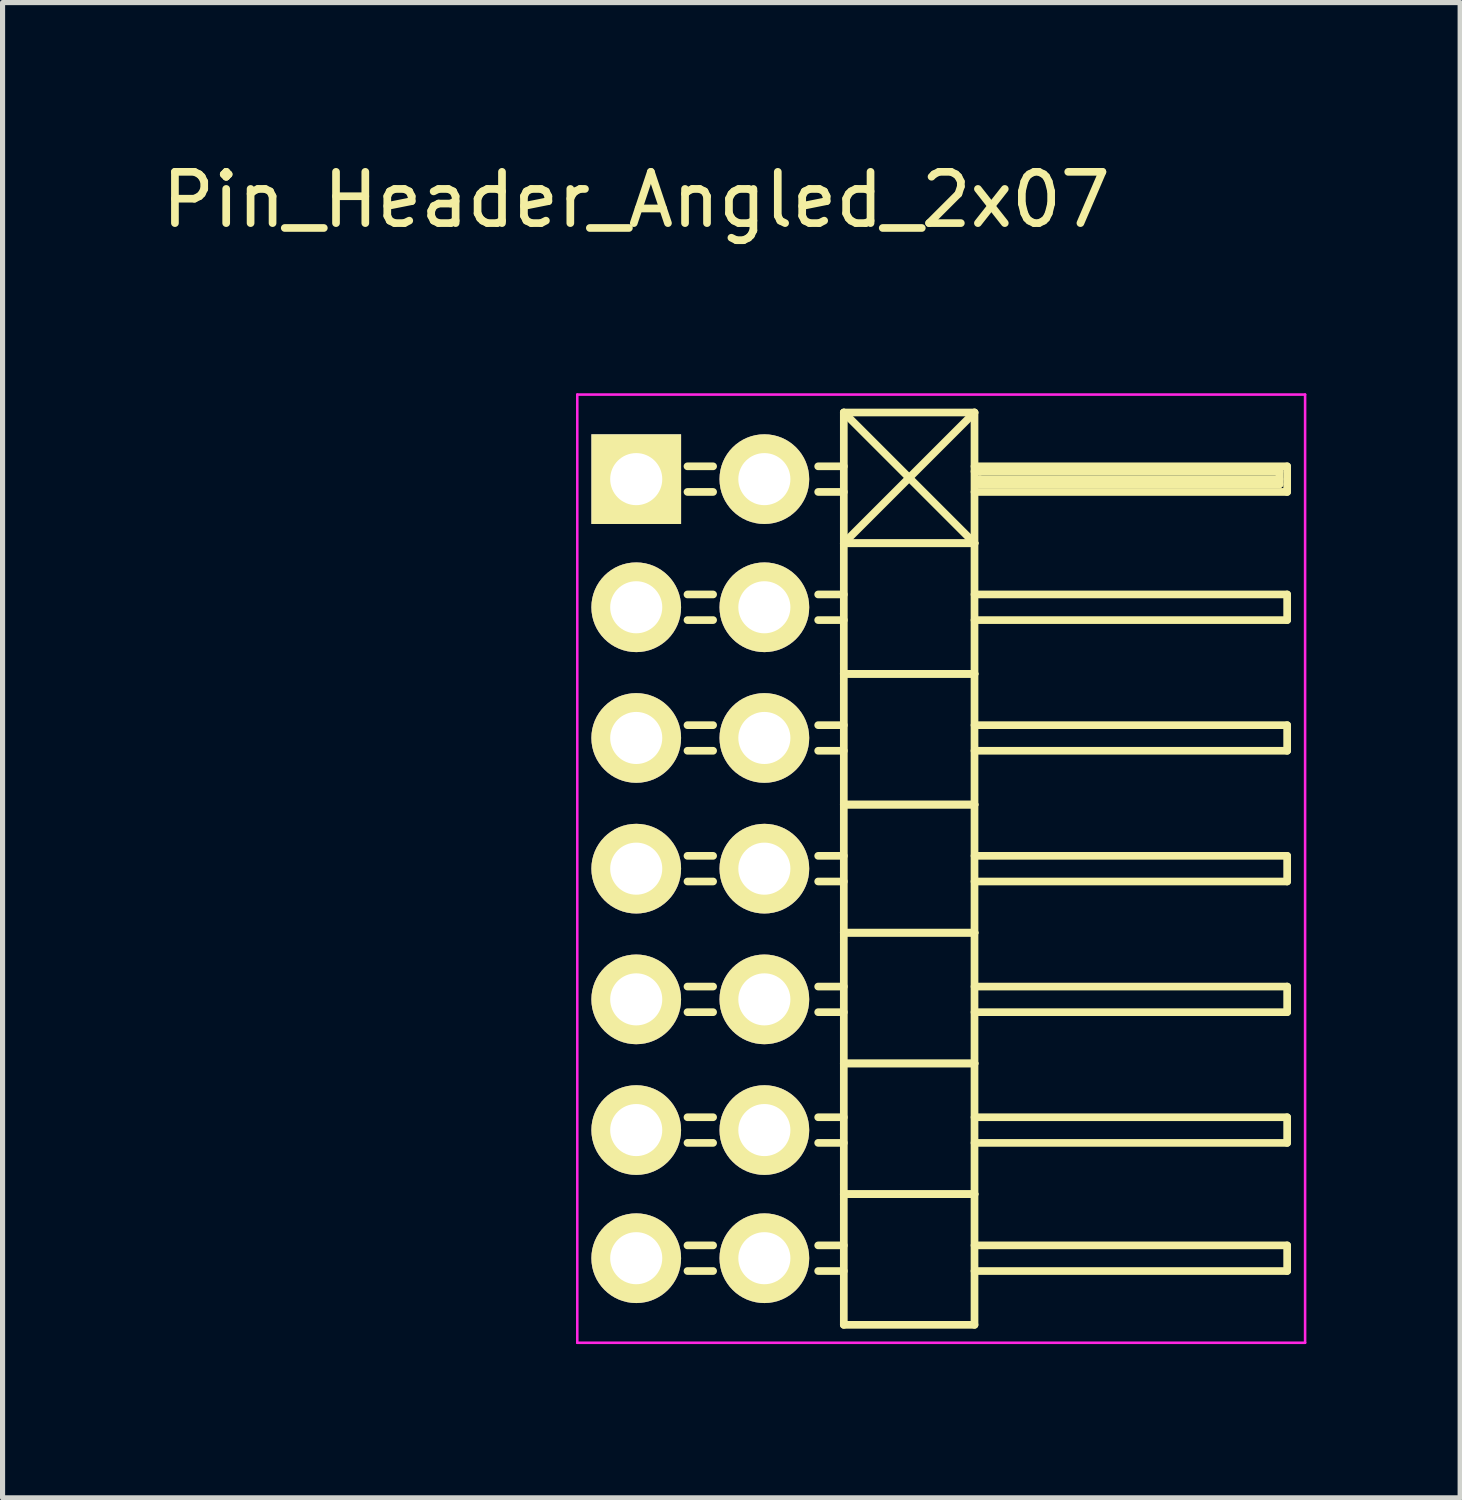
<source format=kicad_pcb>
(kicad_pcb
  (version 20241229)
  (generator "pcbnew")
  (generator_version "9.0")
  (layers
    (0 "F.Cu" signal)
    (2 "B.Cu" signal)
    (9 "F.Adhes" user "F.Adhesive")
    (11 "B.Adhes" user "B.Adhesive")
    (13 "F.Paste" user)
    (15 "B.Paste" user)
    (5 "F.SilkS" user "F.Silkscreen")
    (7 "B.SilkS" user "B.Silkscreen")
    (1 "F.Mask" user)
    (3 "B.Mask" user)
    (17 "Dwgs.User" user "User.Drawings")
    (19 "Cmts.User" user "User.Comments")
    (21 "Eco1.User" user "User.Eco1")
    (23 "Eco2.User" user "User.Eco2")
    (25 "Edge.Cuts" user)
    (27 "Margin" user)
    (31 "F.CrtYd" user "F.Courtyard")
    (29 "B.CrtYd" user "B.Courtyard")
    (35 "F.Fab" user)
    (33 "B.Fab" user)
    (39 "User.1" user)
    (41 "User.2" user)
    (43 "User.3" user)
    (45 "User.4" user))
  (footprint "Pin_Header_Angled_2x07"
    (layer "F.Cu")
    (at 9.363 6.298)
    (property "Reference" "Pin_Header_Angled_2x07" (at 0 -5.45 0) (layer "F.SilkS") (effects (font (size 1 1) (thickness 0.15))))
    (attr through_hole)
    (fp_line (start 1.5 -0.25) (end 1 -0.25) (stroke (width 0.15) (type solid)) (layer "F.SilkS"))
    (fp_line (start 1.5 0.25) (end 1 0.25) (stroke (width 0.15) (type solid)) (layer "F.SilkS"))
    (fp_line (start 1.5 2.25) (end 1 2.25) (stroke (width 0.15) (type solid)) (layer "F.SilkS"))
    (fp_line (start 1.5 2.75) (end 1 2.75) (stroke (width 0.15) (type solid)) (layer "F.SilkS"))
    (fp_line (start 1.5 4.8) (end 1 4.8) (stroke (width 0.15) (type solid)) (layer "F.SilkS"))
    (fp_line (start 1.5 5.3) (end 1 5.3) (stroke (width 0.15) (type solid)) (layer "F.SilkS"))
    (fp_line (start 1.5 7.35) (end 1 7.35) (stroke (width 0.15) (type solid)) (layer "F.SilkS"))
    (fp_line (start 1.5 7.85) (end 1 7.85) (stroke (width 0.15) (type solid)) (layer "F.SilkS"))
    (fp_line (start 1.5 9.9) (end 1 9.9) (stroke (width 0.15) (type solid)) (layer "F.SilkS"))
    (fp_line (start 1.5 10.4) (end 1 10.4) (stroke (width 0.15) (type solid)) (layer "F.SilkS"))
    (fp_line (start 1.5 12.45) (end 1 12.45) (stroke (width 0.15) (type solid)) (layer "F.SilkS"))
    (fp_line (start 1.5 12.95) (end 1 12.95) (stroke (width 0.15) (type solid)) (layer "F.SilkS"))
    (fp_line (start 1.5 14.95) (end 1 14.95) (stroke (width 0.15) (type solid)) (layer "F.SilkS"))
    (fp_line (start 1.5 15.45) (end 1 15.45) (stroke (width 0.15) (type solid)) (layer "F.SilkS"))
    (fp_line (start 4.05 -1.3) (end 4.05 1.25) (stroke (width 0.15) (type solid)) (layer "F.SilkS"))
    (fp_line (start 4.05 -1.3) (end 6.6 -1.3) (stroke (width 0.15) (type solid)) (layer "F.SilkS"))
    (fp_line (start 4.05 -1.3) (end 6.6 1.25) (stroke (width 0.15) (type solid)) (layer "F.SilkS"))
    (fp_line (start 4.05 -0.25) (end 3.55 -0.25) (stroke (width 0.15) (type solid)) (layer "F.SilkS"))
    (fp_line (start 4.05 0.25) (end 3.55 0.25) (stroke (width 0.15) (type solid)) (layer "F.SilkS"))
    (fp_line (start 4.05 1.25) (end 4.05 3.8) (stroke (width 0.15) (type solid)) (layer "F.SilkS"))
    (fp_line (start 4.05 1.25) (end 6.6 1.25) (stroke (width 0.15) (type solid)) (layer "F.SilkS"))
    (fp_line (start 4.05 1.25) (end 6.6 1.25) (stroke (width 0.15) (type solid)) (layer "F.SilkS"))
    (fp_line (start 4.05 2.25) (end 3.55 2.25) (stroke (width 0.15) (type solid)) (layer "F.SilkS"))
    (fp_line (start 4.05 2.75) (end 3.55 2.75) (stroke (width 0.15) (type solid)) (layer "F.SilkS"))
    (fp_line (start 4.05 3.8) (end 4.05 6.35) (stroke (width 0.15) (type solid)) (layer "F.SilkS"))
    (fp_line (start 4.05 3.8) (end 6.6 3.8) (stroke (width 0.15) (type solid)) (layer "F.SilkS"))
    (fp_line (start 4.05 3.8) (end 6.6 3.8) (stroke (width 0.15) (type solid)) (layer "F.SilkS"))
    (fp_line (start 4.05 4.8) (end 3.55 4.8) (stroke (width 0.15) (type solid)) (layer "F.SilkS"))
    (fp_line (start 4.05 5.3) (end 3.55 5.3) (stroke (width 0.15) (type solid)) (layer "F.SilkS"))
    (fp_line (start 4.05 6.35) (end 4.05 8.85) (stroke (width 0.15) (type solid)) (layer "F.SilkS"))
    (fp_line (start 4.05 6.35) (end 6.6 6.35) (stroke (width 0.15) (type solid)) (layer "F.SilkS"))
    (fp_line (start 4.05 6.35) (end 6.6 6.35) (stroke (width 0.15) (type solid)) (layer "F.SilkS"))
    (fp_line (start 4.05 7.35) (end 3.55 7.35) (stroke (width 0.15) (type solid)) (layer "F.SilkS"))
    (fp_line (start 4.05 7.85) (end 3.55 7.85) (stroke (width 0.15) (type solid)) (layer "F.SilkS"))
    (fp_line (start 4.05 8.85) (end 4.05 11.4) (stroke (width 0.15) (type solid)) (layer "F.SilkS"))
    (fp_line (start 4.05 8.85) (end 6.6 8.85) (stroke (width 0.15) (type solid)) (layer "F.SilkS"))
    (fp_line (start 4.05 8.85) (end 6.6 8.85) (stroke (width 0.15) (type solid)) (layer "F.SilkS"))
    (fp_line (start 4.05 9.9) (end 3.55 9.9) (stroke (width 0.15) (type solid)) (layer "F.SilkS"))
    (fp_line (start 4.05 10.4) (end 3.55 10.4) (stroke (width 0.15) (type solid)) (layer "F.SilkS"))
    (fp_line (start 4.05 11.4) (end 4.05 13.95) (stroke (width 0.15) (type solid)) (layer "F.SilkS"))
    (fp_line (start 4.05 11.4) (end 6.6 11.4) (stroke (width 0.15) (type solid)) (layer "F.SilkS"))
    (fp_line (start 4.05 11.4) (end 6.6 11.4) (stroke (width 0.15) (type solid)) (layer "F.SilkS"))
    (fp_line (start 4.05 12.45) (end 3.55 12.45) (stroke (width 0.15) (type solid)) (layer "F.SilkS"))
    (fp_line (start 4.05 12.95) (end 3.55 12.95) (stroke (width 0.15) (type solid)) (layer "F.SilkS"))
    (fp_line (start 4.05 13.95) (end 4.05 16.5) (stroke (width 0.15) (type solid)) (layer "F.SilkS"))
    (fp_line (start 4.05 13.95) (end 6.6 13.95) (stroke (width 0.15) (type solid)) (layer "F.SilkS"))
    (fp_line (start 4.05 13.95) (end 6.6 13.95) (stroke (width 0.15) (type solid)) (layer "F.SilkS"))
    (fp_line (start 4.05 14.95) (end 3.55 14.95) (stroke (width 0.15) (type solid)) (layer "F.SilkS"))
    (fp_line (start 4.05 15.45) (end 3.55 15.45) (stroke (width 0.15) (type solid)) (layer "F.SilkS"))
    (fp_line (start 4.05 16.5) (end 6.6 16.5) (stroke (width 0.15) (type solid)) (layer "F.SilkS"))
    (fp_line (start 6.6 -1.3) (end 4.05 1.25) (stroke (width 0.15) (type solid)) (layer "F.SilkS"))
    (fp_line (start 6.6 -0.25) (end 12.7 -0.25) (stroke (width 0.15) (type solid)) (layer "F.SilkS"))
    (fp_line (start 6.6 -0.15) (end 12.55 -0.15) (stroke (width 0.15) (type solid)) (layer "F.SilkS"))
    (fp_line (start 6.6 1.25) (end 6.6 -1.3) (stroke (width 0.15) (type solid)) (layer "F.SilkS"))
    (fp_line (start 6.6 2.25) (end 12.7 2.25) (stroke (width 0.15) (type solid)) (layer "F.SilkS"))
    (fp_line (start 6.6 3.8) (end 6.6 1.25) (stroke (width 0.15) (type solid)) (layer "F.SilkS"))
    (fp_line (start 6.6 4.8) (end 12.7 4.8) (stroke (width 0.15) (type solid)) (layer "F.SilkS"))
    (fp_line (start 6.6 6.35) (end 6.6 3.8) (stroke (width 0.15) (type solid)) (layer "F.SilkS"))
    (fp_line (start 6.6 7.35) (end 12.7 7.35) (stroke (width 0.15) (type solid)) (layer "F.SilkS"))
    (fp_line (start 6.6 8.85) (end 6.6 6.35) (stroke (width 0.15) (type solid)) (layer "F.SilkS"))
    (fp_line (start 6.6 9.9) (end 12.7 9.9) (stroke (width 0.15) (type solid)) (layer "F.SilkS"))
    (fp_line (start 6.6 11.4) (end 6.6 8.85) (stroke (width 0.15) (type solid)) (layer "F.SilkS"))
    (fp_line (start 6.6 12.45) (end 12.7 12.45) (stroke (width 0.15) (type solid)) (layer "F.SilkS"))
    (fp_line (start 6.6 13.95) (end 6.6 11.4) (stroke (width 0.15) (type solid)) (layer "F.SilkS"))
    (fp_line (start 6.6 14.95) (end 12.7 14.95) (stroke (width 0.15) (type solid)) (layer "F.SilkS"))
    (fp_line (start 6.6 16.5) (end 6.6 13.95) (stroke (width 0.15) (type solid)) (layer "F.SilkS"))
    (fp_line (start 6.7 0) (end 12.55 0) (stroke (width 0.15) (type solid)) (layer "F.SilkS"))
    (fp_line (start 6.7 0.1) (end 6.7 0) (stroke (width 0.15) (type solid)) (layer "F.SilkS"))
    (fp_line (start 12.55 -0.15) (end 12.55 0.1) (stroke (width 0.15) (type solid)) (layer "F.SilkS"))
    (fp_line (start 12.55 0.1) (end 6.7 0.1) (stroke (width 0.15) (type solid)) (layer "F.SilkS"))
    (fp_line (start 12.7 -0.25) (end 12.7 0.25) (stroke (width 0.15) (type solid)) (layer "F.SilkS"))
    (fp_line (start 12.7 0.25) (end 6.6 0.25) (stroke (width 0.15) (type solid)) (layer "F.SilkS"))
    (fp_line (start 12.7 2.25) (end 12.7 2.75) (stroke (width 0.15) (type solid)) (layer "F.SilkS"))
    (fp_line (start 12.7 2.75) (end 6.6 2.75) (stroke (width 0.15) (type solid)) (layer "F.SilkS"))
    (fp_line (start 12.7 4.8) (end 12.7 5.3) (stroke (width 0.15) (type solid)) (layer "F.SilkS"))
    (fp_line (start 12.7 5.3) (end 6.6 5.3) (stroke (width 0.15) (type solid)) (layer "F.SilkS"))
    (fp_line (start 12.7 7.35) (end 12.7 7.85) (stroke (width 0.15) (type solid)) (layer "F.SilkS"))
    (fp_line (start 12.7 7.85) (end 6.6 7.85) (stroke (width 0.15) (type solid)) (layer "F.SilkS"))
    (fp_line (start 12.7 9.9) (end 12.7 10.4) (stroke (width 0.15) (type solid)) (layer "F.SilkS"))
    (fp_line (start 12.7 10.4) (end 6.6 10.4) (stroke (width 0.15) (type solid)) (layer "F.SilkS"))
    (fp_line (start 12.7 12.45) (end 12.7 12.95) (stroke (width 0.15) (type solid)) (layer "F.SilkS"))
    (fp_line (start 12.7 12.95) (end 6.6 12.95) (stroke (width 0.15) (type solid)) (layer "F.SilkS"))
    (fp_line (start 12.7 14.95) (end 12.7 15.45) (stroke (width 0.15) (type solid)) (layer "F.SilkS"))
    (fp_line (start 12.7 15.45) (end 6.6 15.45) (stroke (width 0.15) (type solid)) (layer "F.SilkS"))
    (fp_line (start -1.15 -1.65) (end -1.15 16.85) (stroke (width 0.05) (type solid)) (layer "F.CrtYd"))
    (fp_line (start -1.15 -1.65) (end 13.05 -1.65) (stroke (width 0.05) (type solid)) (layer "F.CrtYd"))
    (fp_line (start -1.15 16.85) (end 13.05 16.85) (stroke (width 0.05) (type solid)) (layer "F.CrtYd"))
    (fp_line (start 13.05 -1.65) (end 13.05 16.85) (stroke (width 0.05) (type solid)) (layer "F.CrtYd"))
    (pad "1" thru_hole rect (at 0 0) (size 1.75 1.75) (drill 1.016) (layers "*.Cu" "*.Mask" "F.SilkS"))
    (pad "2" thru_hole oval (at 2.5 0) (size 1.75 1.75) (drill 1.016) (layers "*.Cu" "*.Mask" "F.SilkS"))
    (pad "3" thru_hole oval (at 0 2.5) (size 1.75 1.75) (drill 1.016) (layers "*.Cu" "*.Mask" "F.SilkS"))
    (pad "4" thru_hole oval (at 2.5 2.5) (size 1.75 1.75) (drill 1.016) (layers "*.Cu" "*.Mask" "F.SilkS"))
    (pad "5" thru_hole oval (at 0 5.05) (size 1.75 1.75) (drill 1.016) (layers "*.Cu" "*.Mask" "F.SilkS"))
    (pad "6" thru_hole oval (at 2.5 5.05) (size 1.75 1.75) (drill 1.016) (layers "*.Cu" "*.Mask" "F.SilkS"))
    (pad "7" thru_hole oval (at 0 7.6) (size 1.75 1.75) (drill 1.016) (layers "*.Cu" "*.Mask" "F.SilkS"))
    (pad "8" thru_hole oval (at 2.5 7.6) (size 1.75 1.75) (drill 1.016) (layers "*.Cu" "*.Mask" "F.SilkS"))
    (pad "9" thru_hole oval (at 0 10.15) (size 1.75 1.75) (drill 1.016) (layers "*.Cu" "*.Mask" "F.SilkS"))
    (pad "10" thru_hole oval (at 2.5 10.15) (size 1.75 1.75) (drill 1.016) (layers "*.Cu" "*.Mask" "F.SilkS"))
    (pad "11" thru_hole oval (at 0 12.7) (size 1.75 1.75) (drill 1.016) (layers "*.Cu" "*.Mask" "F.SilkS"))
    (pad "12" thru_hole oval (at 2.5 12.7) (size 1.75 1.75) (drill 1.016) (layers "*.Cu" "*.Mask" "F.SilkS"))
    (pad "13" thru_hole oval (at 0 15.2) (size 1.75 1.75) (drill 1.016) (layers "*.Cu" "*.Mask" "F.SilkS"))
    (pad "14" thru_hole oval (at 2.5 15.2) (size 1.75 1.75) (drill 1.016) (layers "*.Cu" "*.Mask" "F.SilkS")))
  (gr_rect
    (start -3 -3)
    (end 25.438 26.173)
    (stroke (width 0.1) (type default))
    (fill no)
    (layer "Edge.Cuts")))
</source>
